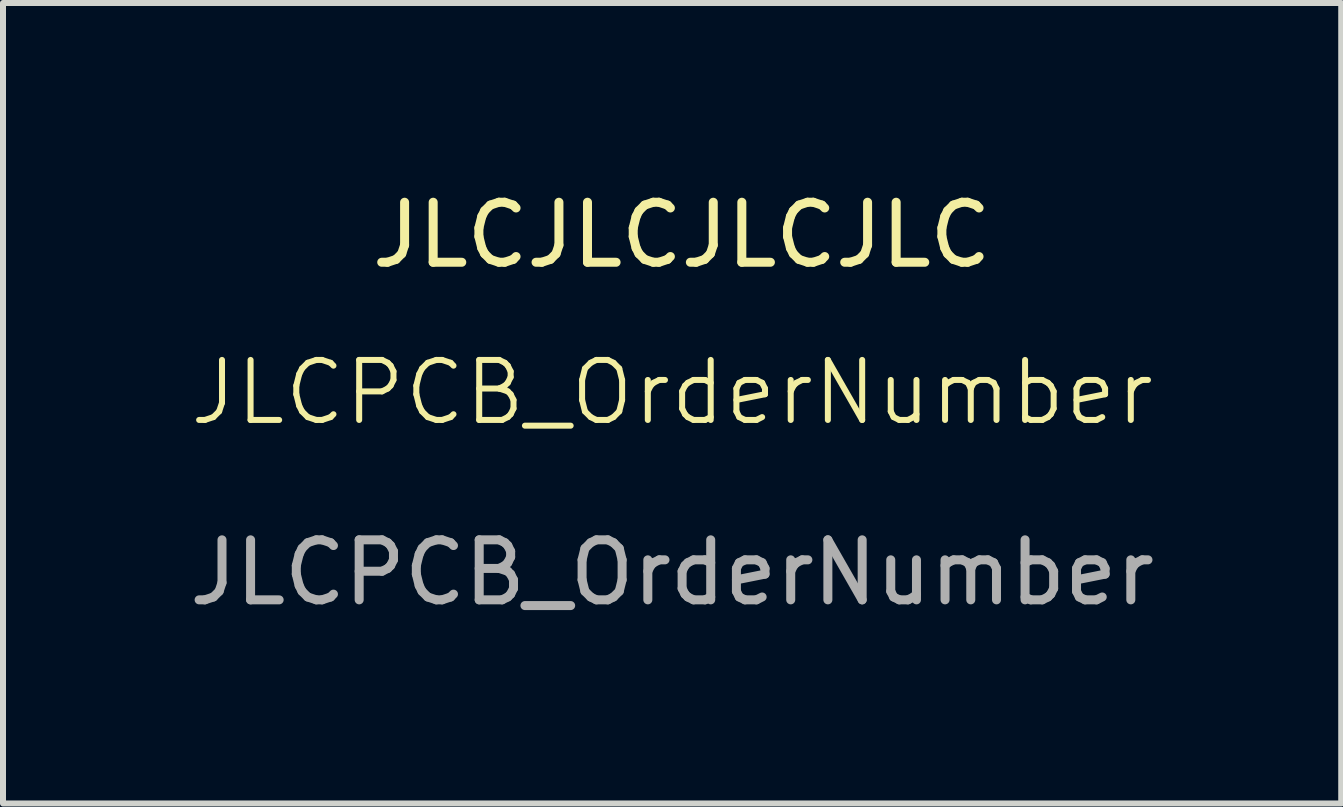
<source format=kicad_pcb>
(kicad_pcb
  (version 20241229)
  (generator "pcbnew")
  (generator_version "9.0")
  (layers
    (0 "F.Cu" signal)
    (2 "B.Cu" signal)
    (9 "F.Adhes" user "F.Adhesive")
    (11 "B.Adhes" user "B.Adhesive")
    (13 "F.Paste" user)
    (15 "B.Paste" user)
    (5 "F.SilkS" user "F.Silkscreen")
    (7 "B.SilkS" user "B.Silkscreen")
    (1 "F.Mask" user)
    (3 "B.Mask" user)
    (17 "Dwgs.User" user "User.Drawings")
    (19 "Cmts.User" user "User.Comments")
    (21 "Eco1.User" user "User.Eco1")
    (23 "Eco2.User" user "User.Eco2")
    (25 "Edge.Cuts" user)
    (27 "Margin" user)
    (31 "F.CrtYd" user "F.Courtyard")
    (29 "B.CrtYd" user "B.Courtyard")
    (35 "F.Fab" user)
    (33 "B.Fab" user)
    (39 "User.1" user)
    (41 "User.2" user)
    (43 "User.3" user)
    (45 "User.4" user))
  (footprint "JLCPCB_OrderNumber"
    (layer "F.Cu")
    (at 8.149 1.45)
    (property "Reference" "JLCPCB_OrderNumber" (at 0 2.04 0) (unlocked yes) (layer "F.SilkS") (effects (font (size 1 1) (thickness 0.1))))
    (attr exclude_from_pos_files exclude_from_bom)
    (fp_text user "JLCJLCJLCJLC" (at -5.08 0 0) (unlocked yes) (layer "F.SilkS") (effects (font (size 1 1) (thickness 0.15)) (justify left bottom)))
    (fp_text user "${REFERENCE}" (at 0 5.04 0) (unlocked yes) (layer "F.Fab") (effects (font (size 1 1) (thickness 0.15)))))
  (gr_rect
    (start -3 -3)
    (end 19.298 10.338)
    (stroke (width 0.1) (type default))
    (fill no)
    (layer "Edge.Cuts")))
</source>
